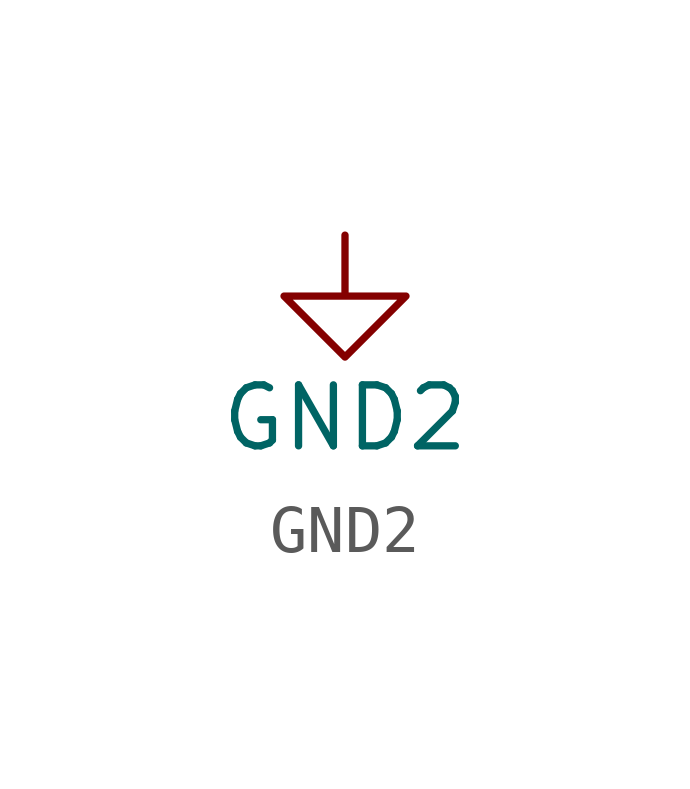
<source format=kicad_sym>
(kicad_symbol_lib
  (version 20211014)
  (generator kicad_symbol_editor)
  (symbol "power1:GND2"
    (power)
    (pin_names
      (offset 0))
    (property "Reference" "#PWR"
      (at 0 -6.35 0)
      (effects (font (size 1.27 1.27)) hide))
    (property "Value" "GND2"
      (at 0 -3.81 0)
      (effects (font (size 1.27 1.27))))
    (symbol "GND2_0_1"
      (polyline (pts (xy 0 0) (xy 0 -1.27) (xy 1.27 -1.27) (xy 0 -2.54) (xy -1.27 -1.27) (xy 0 -1.27)) (stroke (width 0) (type default) (color 0 0 0 0)) (fill (type none))))
    (symbol "GND2_1_1"
      (pin power_in line (at 0 0 270) (length 0) hide (name "GND2" (effects (font (size 1.27 1.27)))) (number "1" (effects (font (size 1.27 1.27))))))))
</source>
